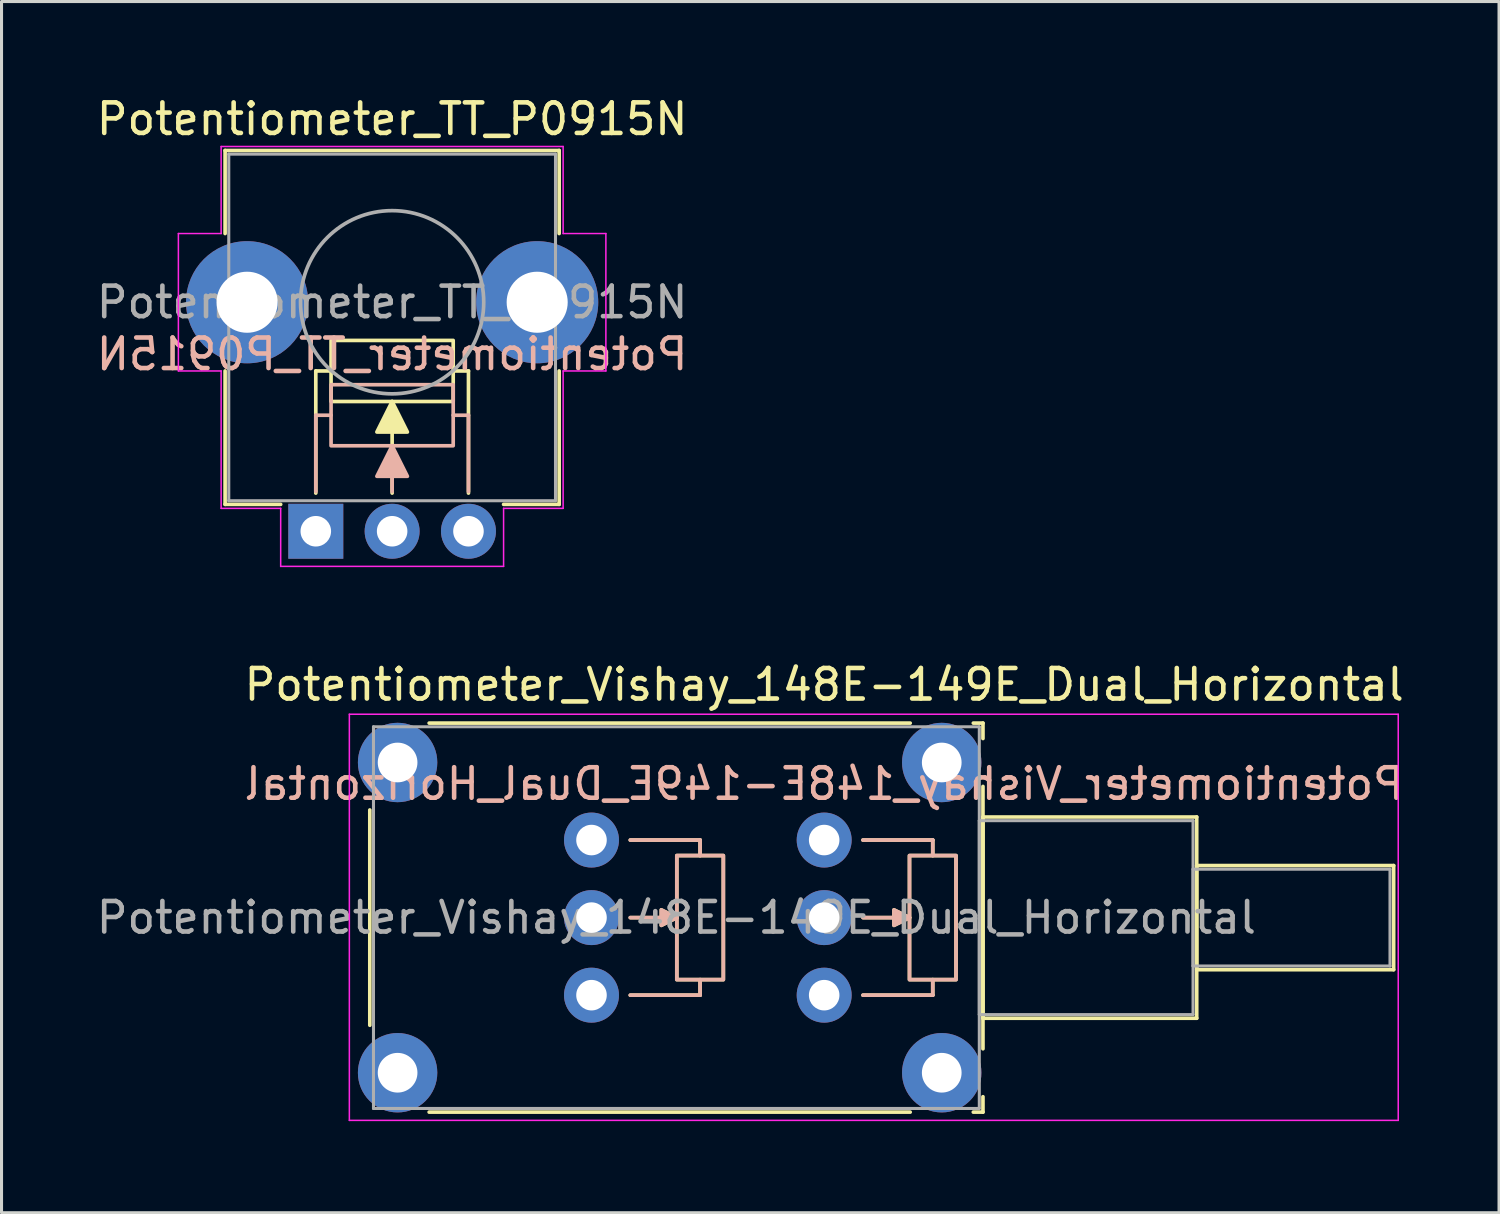
<source format=kicad_pcb>
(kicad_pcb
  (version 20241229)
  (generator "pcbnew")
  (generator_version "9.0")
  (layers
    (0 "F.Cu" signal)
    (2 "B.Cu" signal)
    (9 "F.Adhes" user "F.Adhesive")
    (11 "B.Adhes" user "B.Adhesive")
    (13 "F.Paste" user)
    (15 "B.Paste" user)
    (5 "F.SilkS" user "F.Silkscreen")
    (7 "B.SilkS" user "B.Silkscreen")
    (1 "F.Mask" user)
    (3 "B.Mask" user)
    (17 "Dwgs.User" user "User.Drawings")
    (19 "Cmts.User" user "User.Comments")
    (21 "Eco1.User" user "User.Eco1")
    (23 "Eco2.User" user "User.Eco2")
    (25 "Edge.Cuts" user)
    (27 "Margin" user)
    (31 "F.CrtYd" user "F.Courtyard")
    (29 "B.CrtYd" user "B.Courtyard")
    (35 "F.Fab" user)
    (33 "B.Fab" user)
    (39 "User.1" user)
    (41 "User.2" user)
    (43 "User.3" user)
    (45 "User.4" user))
  (footprint "Potentiometer_TT_P0915N"
    (layer "F.Cu")
    (at 7.292 14.348)
    (property "Reference" "Potentiometer_TT_P0915N" (at 2.5 -13.5 0) (layer "F.SilkS") (effects (font (size 1 1) (thickness 0.15))))
    (attr through_hole)
    (fp_line (start -2.97 -12.47) (end -2.97 -9.75) (stroke (width 0.12) (type solid)) (layer "F.SilkS"))
    (fp_line (start -2.97 -5.25) (end -2.97 -0.88) (stroke (width 0.12) (type solid)) (layer "F.SilkS"))
    (fp_line (start -1.15 -0.88) (end -2.97 -0.88) (stroke (width 0.12) (type solid)) (layer "F.SilkS"))
    (fp_line (start 0 -5.25) (end 0 -1.25) (stroke (width 0.12) (type solid)) (layer "F.SilkS"))
    (fp_line (start 0.5 -5.25) (end 0 -5.25) (stroke (width 0.12) (type solid)) (layer "F.SilkS"))
    (fp_line (start 2.5 -1.25) (end 2.5 -4.25) (stroke (width 0.12) (type solid)) (layer "F.SilkS"))
    (fp_line (start 4.5 -5.25) (end 5 -5.25) (stroke (width 0.12) (type solid)) (layer "F.SilkS"))
    (fp_line (start 5 -5.25) (end 5 -1.25) (stroke (width 0.12) (type solid)) (layer "F.SilkS"))
    (fp_line (start 7.97 -12.47) (end -2.97 -12.47) (stroke (width 0.12) (type solid)) (layer "F.SilkS"))
    (fp_line (start 7.97 -12.47) (end 7.97 -9.75) (stroke (width 0.12) (type solid)) (layer "F.SilkS"))
    (fp_line (start 7.97 -5.25) (end 7.97 -0.88) (stroke (width 0.12) (type solid)) (layer "F.SilkS"))
    (fp_line (start 7.97 -0.88) (end 6.15 -0.88) (stroke (width 0.12) (type solid)) (layer "F.SilkS"))
    (fp_rect (start 0.5 -4.25) (end 4.5 -6.25) (stroke (width 0.12) (type solid)) (fill no) (layer "F.SilkS"))
    (fp_poly (pts (xy 2.5 -4.25) (xy 3 -3.25) (xy 2 -3.25)) (stroke (width 0.12) (type solid)) (fill yes) (layer "F.SilkS"))
    (fp_line (start 0 -3.8) (end 0.5 -3.8) (stroke (width 0.12) (type solid)) (layer "B.SilkS"))
    (fp_line (start 0 -1.3) (end 0 -3.8) (stroke (width 0.12) (type solid)) (layer "B.SilkS"))
    (fp_line (start 2.5 -1.3) (end 2.5 -2.8) (stroke (width 0.12) (type solid)) (layer "B.SilkS"))
    (fp_line (start 4.5 -3.8) (end 5 -3.8) (stroke (width 0.12) (type solid)) (layer "B.SilkS"))
    (fp_line (start 5 -3.8) (end 5 -1.3) (stroke (width 0.12) (type solid)) (layer "B.SilkS"))
    (fp_rect (start 0.5 -2.8) (end 4.5 -4.8) (stroke (width 0.12) (type solid)) (fill no) (layer "B.SilkS"))
    (fp_poly (pts (xy 2.5 -2.8) (xy 3 -1.8) (xy 2 -1.8)) (stroke (width 0.12) (type solid)) (fill yes) (layer "B.SilkS"))
    (fp_line (start -4.5 -5.25) (end -4.5 -9.75) (stroke (width 0.05) (type solid)) (layer "F.CrtYd"))
    (fp_line (start -3.1 -12.6) (end 8.1 -12.6) (stroke (width 0.05) (type solid)) (layer "F.CrtYd"))
    (fp_line (start -3.1 -9.75) (end -4.5 -9.75) (stroke (width 0.05) (type solid)) (layer "F.CrtYd"))
    (fp_line (start -3.1 -9.75) (end -3.1 -12.6) (stroke (width 0.05) (type solid)) (layer "F.CrtYd"))
    (fp_line (start -3.1 -5.25) (end -4.5 -5.25) (stroke (width 0.05) (type solid)) (layer "F.CrtYd"))
    (fp_line (start -3.1 -0.75) (end -3.1 -5.25) (stroke (width 0.05) (type solid)) (layer "F.CrtYd"))
    (fp_line (start -1.15 -0.75) (end -3.1 -0.75) (stroke (width 0.05) (type solid)) (layer "F.CrtYd"))
    (fp_line (start -1.15 1.15) (end -1.15 -0.75) (stroke (width 0.05) (type solid)) (layer "F.CrtYd"))
    (fp_line (start 6.15 1.15) (end -1.15 1.15) (stroke (width 0.05) (type solid)) (layer "F.CrtYd"))
    (fp_line (start 6.15 1.15) (end 6.15 -0.75) (stroke (width 0.05) (type solid)) (layer "F.CrtYd"))
    (fp_line (start 8.1 -9.75) (end 8.1 -12.6) (stroke (width 0.05) (type solid)) (layer "F.CrtYd"))
    (fp_line (start 8.1 -0.75) (end 6.15 -0.75) (stroke (width 0.05) (type solid)) (layer "F.CrtYd"))
    (fp_line (start 8.1 -0.75) (end 8.1 -5.25) (stroke (width 0.05) (type solid)) (layer "F.CrtYd"))
    (fp_line (start 9.5 -9.75) (end 8.1 -9.75) (stroke (width 0.05) (type solid)) (layer "F.CrtYd"))
    (fp_line (start 9.5 -5.25) (end 8.1 -5.25) (stroke (width 0.05) (type solid)) (layer "F.CrtYd"))
    (fp_line (start 9.5 -5.25) (end 9.5 -9.75) (stroke (width 0.05) (type solid)) (layer "F.CrtYd"))
    (fp_line (start -2.85 -12.35) (end 7.85 -12.35) (stroke (width 0.1) (type solid)) (layer "F.Fab"))
    (fp_line (start -2.85 -1) (end -2.85 -12.35) (stroke (width 0.1) (type solid)) (layer "F.Fab"))
    (fp_line (start 7.85 -12.35) (end 7.85 -1) (stroke (width 0.1) (type solid)) (layer "F.Fab"))
    (fp_line (start 7.85 -1) (end -2.85 -1) (stroke (width 0.1) (type solid)) (layer "F.Fab"))
    (fp_circle (center 2.5 -7.5) (end 5.5 -7.5) (stroke (width 0.12) (type solid)) (fill no) (layer "F.Fab"))
    (fp_text user "${REFERENCE}" (at 2.5 -5.8 0) (unlocked yes) (layer "B.SilkS") (effects (font (size 1 1) (thickness 0.15)) (justify mirror)))
    (fp_text user "${REFERENCE}" (at 2.5 -7.5 0) (layer "F.Fab") (effects (font (size 1 1) (thickness 0.15))))
    (pad "" thru_hole oval (at -2.25 -7.5) (size 4 4) (drill 2) (layers "*.Cu" "*.Mask"))
    (pad "" thru_hole oval (at 7.25 -7.5) (size 4 4) (drill 2) (layers "*.Cu" "*.Mask"))
    (pad "1" thru_hole rect (at 0 0) (size 1.8 1.8) (drill 1) (layers "*.Cu" "*.Mask"))
    (pad "2" thru_hole circle (at 2.5 0) (size 1.8 1.8) (drill 1) (layers "*.Cu" "*.Mask"))
    (pad "3" thru_hole circle (at 5 0) (size 1.8 1.8) (drill 1) (layers "*.Cu" "*.Mask")))
  (footprint "Potentiometer_Vishay_148E-149E_Dual_Horizontal"
    (layer "F.Cu")
    (at 23.941 29.541)
    (property "Reference" "Potentiometer_Vishay_148E-149E_Dual_Horizontal" (at 0 -10.17 0) (layer "F.SilkS") (effects (font (size 1 1) (thickness 0.15))))
    (attr through_hole)
    (fp_line (start -14.88 -6.065) (end -14.88 0.985) (stroke (width 0.12) (type solid)) (layer "F.SilkS"))
    (fp_line (start -12.937 -8.91) (end 2.817 -8.91) (stroke (width 0.12) (type solid)) (layer "F.SilkS"))
    (fp_line (start -12.937 3.83) (end 2.817 3.83) (stroke (width 0.12) (type solid)) (layer "F.SilkS"))
    (fp_line (start -6.35 -5.08) (end -4.064 -5.08) (stroke (width 0.12) (type solid)) (layer "F.SilkS"))
    (fp_line (start -6.35 0) (end -4.064 0) (stroke (width 0.12) (type solid)) (layer "F.SilkS"))
    (fp_line (start -4.826 -2.54) (end -6.35 -2.54) (stroke (width 0.12) (type solid)) (layer "F.SilkS"))
    (fp_line (start -4.064 -5.08) (end -4.064 -4.572) (stroke (width 0.12) (type solid)) (layer "F.SilkS"))
    (fp_line (start -4.064 0) (end -4.064 -0.508) (stroke (width 0.12) (type solid)) (layer "F.SilkS"))
    (fp_line (start 1.27 -5.08) (end 3.556 -5.08) (stroke (width 0.12) (type solid)) (layer "F.SilkS"))
    (fp_line (start 1.27 0) (end 3.556 0) (stroke (width 0.12) (type solid)) (layer "F.SilkS"))
    (fp_line (start 2.794 -2.54) (end 1.27 -2.54) (stroke (width 0.12) (type solid)) (layer "F.SilkS"))
    (fp_line (start 3.556 -5.08) (end 3.556 -4.572) (stroke (width 0.12) (type solid)) (layer "F.SilkS"))
    (fp_line (start 3.556 0) (end 3.556 -0.508) (stroke (width 0.12) (type solid)) (layer "F.SilkS"))
    (fp_line (start 4.884 -8.91) (end 5.2 -8.91) (stroke (width 0.12) (type solid)) (layer "F.SilkS"))
    (fp_line (start 4.884 3.83) (end 5.2 3.83) (stroke (width 0.12) (type solid)) (layer "F.SilkS"))
    (fp_line (start 5.2 -8.91) (end 5.2 -8.405) (stroke (width 0.12) (type solid)) (layer "F.SilkS"))
    (fp_line (start 5.2 -6.836) (end 5.2 1.756) (stroke (width 0.12) (type solid)) (layer "F.SilkS"))
    (fp_line (start 5.2 -5.835) (end 5.2 0.755) (stroke (width 0.12) (type solid)) (layer "F.SilkS"))
    (fp_line (start 5.2 -5.835) (end 12.2 -5.835) (stroke (width 0.12) (type solid)) (layer "F.SilkS"))
    (fp_line (start 5.2 0.755) (end 12.2 0.755) (stroke (width 0.12) (type solid)) (layer "F.SilkS"))
    (fp_line (start 5.2 3.326) (end 5.2 3.83) (stroke (width 0.12) (type solid)) (layer "F.SilkS"))
    (fp_line (start 12.2 -5.835) (end 12.2 0.755) (stroke (width 0.12) (type solid)) (layer "F.SilkS"))
    (fp_line (start 12.2 -4.244) (end 12.2 -0.835) (stroke (width 0.12) (type solid)) (layer "F.SilkS"))
    (fp_line (start 12.2 -4.244) (end 18.65 -4.244) (stroke (width 0.12) (type solid)) (layer "F.SilkS"))
    (fp_line (start 12.2 -0.835) (end 18.65 -0.835) (stroke (width 0.12) (type solid)) (layer "F.SilkS"))
    (fp_line (start 18.65 -4.244) (end 18.65 -0.835) (stroke (width 0.12) (type solid)) (layer "F.SilkS"))
    (fp_rect (start -4.826 -4.572) (end -3.302 -0.508) (stroke (width 0.12) (type solid)) (fill no) (layer "F.SilkS"))
    (fp_rect (start 2.794 -4.572) (end 4.318 -0.508) (stroke (width 0.12) (type solid)) (fill no) (layer "F.SilkS"))
    (fp_poly (pts (xy -4.826 -2.54) (xy -5.334 -2.286) (xy -5.334 -2.794)) (stroke (width 0.12) (type solid)) (fill yes) (layer "F.SilkS"))
    (fp_poly (pts (xy 2.794 -2.54) (xy 2.286 -2.286) (xy 2.286 -2.794)) (stroke (width 0.12) (type solid)) (fill yes) (layer "F.SilkS"))
    (fp_line (start -6.35 -5.08) (end -4.064 -5.08) (stroke (width 0.12) (type solid)) (layer "B.SilkS"))
    (fp_line (start -6.35 -2.54) (end -4.826 -2.54) (stroke (width 0.12) (type solid)) (layer "B.SilkS"))
    (fp_line (start -6.35 0) (end -4.064 0) (stroke (width 0.12) (type solid)) (layer "B.SilkS"))
    (fp_line (start -4.064 -5.08) (end -4.064 -4.572) (stroke (width 0.12) (type solid)) (layer "B.SilkS"))
    (fp_line (start -4.064 0) (end -4.064 -0.508) (stroke (width 0.12) (type solid)) (layer "B.SilkS"))
    (fp_line (start 1.27 -5.08) (end 3.556 -5.08) (stroke (width 0.12) (type solid)) (layer "B.SilkS"))
    (fp_line (start 1.27 -2.54) (end 2.794 -2.54) (stroke (width 0.12) (type solid)) (layer "B.SilkS"))
    (fp_line (start 1.27 0) (end 3.556 0) (stroke (width 0.12) (type solid)) (layer "B.SilkS"))
    (fp_line (start 3.556 -5.08) (end 3.556 -4.572) (stroke (width 0.12) (type solid)) (layer "B.SilkS"))
    (fp_line (start 3.556 0) (end 3.556 -0.508) (stroke (width 0.12) (type solid)) (layer "B.SilkS"))
    (fp_rect (start -4.826 -4.572) (end -3.302 -0.508) (stroke (width 0.12) (type solid)) (fill no) (layer "B.SilkS"))
    (fp_rect (start 2.794 -4.572) (end 4.318 -0.508) (stroke (width 0.12) (type solid)) (fill no) (layer "B.SilkS"))
    (fp_poly (pts (xy -4.826 -2.54) (xy -5.334 -2.286) (xy -5.334 -2.794)) (stroke (width 0.12) (type solid)) (fill yes) (layer "B.SilkS"))
    (fp_poly (pts (xy 2.794 -2.54) (xy 2.286 -2.286) (xy 2.286 -2.794)) (stroke (width 0.12) (type solid)) (fill yes) (layer "B.SilkS"))
    (fp_line (start -15.55 -9.2) (end -15.55 4.1) (stroke (width 0.05) (type solid)) (layer "F.CrtYd"))
    (fp_line (start -15.55 4.1) (end 18.8 4.1) (stroke (width 0.05) (type solid)) (layer "F.CrtYd"))
    (fp_line (start 18.8 -9.2) (end -15.55 -9.2) (stroke (width 0.05) (type solid)) (layer "F.CrtYd"))
    (fp_line (start 18.8 4.1) (end 18.8 -9.2) (stroke (width 0.05) (type solid)) (layer "F.CrtYd"))
    (fp_line (start -14.76 -8.79) (end -14.76 3.71) (stroke (width 0.1) (type solid)) (layer "F.Fab"))
    (fp_line (start -14.76 3.71) (end 5.08 3.71) (stroke (width 0.1) (type solid)) (layer "F.Fab"))
    (fp_line (start 5.08 -8.79) (end -14.76 -8.79) (stroke (width 0.1) (type solid)) (layer "F.Fab"))
    (fp_line (start 5.08 -5.715) (end 5.08 0.635) (stroke (width 0.1) (type solid)) (layer "F.Fab"))
    (fp_line (start 5.08 0.635) (end 12.08 0.635) (stroke (width 0.1) (type solid)) (layer "F.Fab"))
    (fp_line (start 5.08 3.71) (end 5.08 -8.79) (stroke (width 0.1) (type solid)) (layer "F.Fab"))
    (fp_line (start 12.08 -5.715) (end 5.08 -5.715) (stroke (width 0.1) (type solid)) (layer "F.Fab"))
    (fp_line (start 12.08 -4.125) (end 12.08 -0.955) (stroke (width 0.1) (type solid)) (layer "F.Fab"))
    (fp_line (start 12.08 -0.955) (end 18.53 -0.955) (stroke (width 0.1) (type solid)) (layer "F.Fab"))
    (fp_line (start 12.08 0.635) (end 12.08 -5.715) (stroke (width 0.1) (type solid)) (layer "F.Fab"))
    (fp_line (start 18.53 -4.125) (end 12.08 -4.125) (stroke (width 0.1) (type solid)) (layer "F.Fab"))
    (fp_line (start 18.53 -0.955) (end 18.53 -4.125) (stroke (width 0.1) (type solid)) (layer "F.Fab"))
    (fp_text user "${REFERENCE}" (at 0 -6.921 0) (unlocked yes) (layer "B.SilkS") (effects (font (size 1 1) (thickness 0.15)) (justify mirror)))
    (fp_text user "${REFERENCE}" (at -4.84 -2.54 0) (layer "F.Fab") (effects (font (size 1 1) (thickness 0.15))))
    (pad "" thru_hole circle (at -13.97 -7.62) (size 2.6 2.6) (drill 1.3) (layers "*.Cu" "*.Mask"))
    (pad "" thru_hole circle (at -13.97 2.54) (size 2.6 2.6) (drill 1.3) (layers "*.Cu" "*.Mask"))
    (pad "" thru_hole circle (at 3.85 -7.62) (size 2.6 2.6) (drill 1.3) (layers "*.Cu" "*.Mask"))
    (pad "" thru_hole circle (at 3.85 2.54) (size 2.6 2.6) (drill 1.3) (layers "*.Cu" "*.Mask"))
    (pad "1" thru_hole circle (at 0 0) (size 1.8 1.8) (drill 1) (layers "*.Cu" "*.Mask"))
    (pad "2" thru_hole circle (at 0 -2.54) (size 1.8 1.8) (drill 1) (layers "*.Cu" "*.Mask"))
    (pad "3" thru_hole circle (at 0 -5.08) (size 1.8 1.8) (drill 1) (layers "*.Cu" "*.Mask"))
    (pad "4" thru_hole circle (at -7.62 0) (size 1.8 1.8) (drill 1) (layers "*.Cu" "*.Mask"))
    (pad "5" thru_hole circle (at -7.62 -2.54) (size 1.8 1.8) (drill 1) (layers "*.Cu" "*.Mask"))
    (pad "6" thru_hole circle (at -7.62 -5.08) (size 1.8 1.8) (drill 1) (layers "*.Cu" "*.Mask")))
  (gr_rect
    (start -3 -3)
    (end 46.042 36.666)
    (stroke (width 0.1) (type default))
    (fill no)
    (layer "Edge.Cuts")))
</source>
